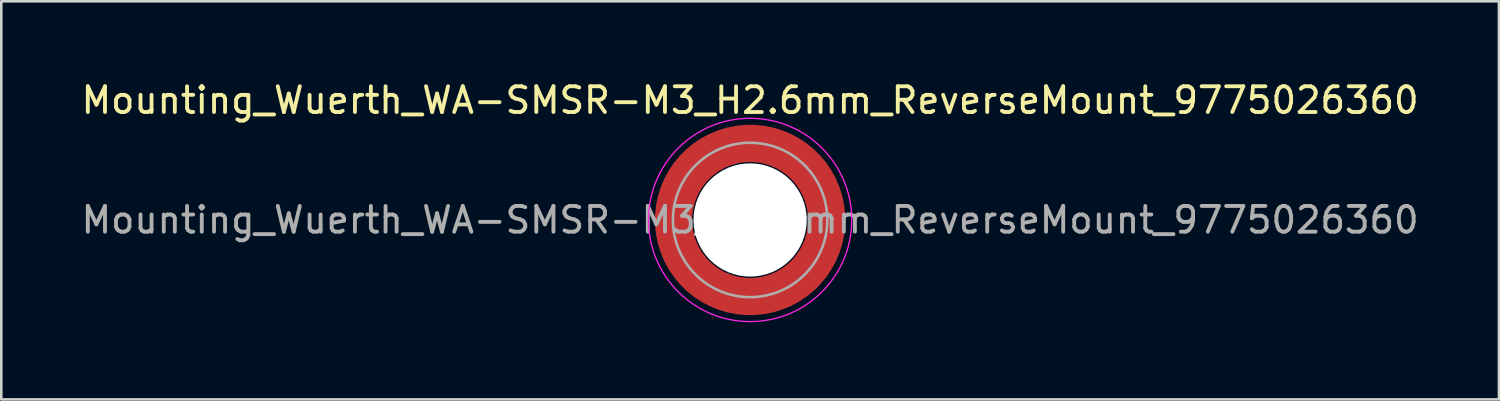
<source format=kicad_pcb>
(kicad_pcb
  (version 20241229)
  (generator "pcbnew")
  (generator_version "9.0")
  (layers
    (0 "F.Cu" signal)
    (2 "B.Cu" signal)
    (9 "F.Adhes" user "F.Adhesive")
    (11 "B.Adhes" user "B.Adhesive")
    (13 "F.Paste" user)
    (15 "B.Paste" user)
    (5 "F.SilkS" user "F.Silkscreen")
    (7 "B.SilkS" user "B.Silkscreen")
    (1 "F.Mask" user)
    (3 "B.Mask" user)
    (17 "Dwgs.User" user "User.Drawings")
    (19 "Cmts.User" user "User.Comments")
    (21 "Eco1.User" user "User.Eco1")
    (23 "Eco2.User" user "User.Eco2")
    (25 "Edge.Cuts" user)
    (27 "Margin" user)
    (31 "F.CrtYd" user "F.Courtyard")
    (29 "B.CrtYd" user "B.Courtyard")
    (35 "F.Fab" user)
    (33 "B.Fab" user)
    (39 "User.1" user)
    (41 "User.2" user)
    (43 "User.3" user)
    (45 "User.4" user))
  (footprint "Mounting_Wuerth_WA-SMSR-M3_H2.6mm_ReverseMount_9775026360"
    (layer "F.Cu")
    (at 26.101 5.498)
    (property "Reference" "Mounting_Wuerth_WA-SMSR-M3_H2.6mm_ReverseMount_9775026360" (at 0 -4.65 0) (layer "F.SilkS") (effects (font (size 1 1) (thickness 0.15))))
    (attr smd allow_soldermask_bridges)
    (fp_circle (center 0 0) (end 3.95 0) (stroke (width 0.05) (type solid)) (fill no) (layer "F.CrtYd"))
    (fp_circle (center 0 0) (end 3 0) (stroke (width 0.1) (type solid)) (fill no) (layer "F.Fab"))
    (fp_text user "${REFERENCE}" (at 0 0 0) (layer "F.Fab") (effects (font (size 1 1) (thickness 0.15))))
    (pad "" smd custom (at -2.095 -2.095) (size 0.672 0.672) (layers "F.Paste") (options (anchor circle)) (primitives (gr_arc (start -0.24231 1.594804) (mid 0.404819 0.404819) (end 1.594804 -0.24231) (width 0.2)) (gr_arc (start -0.3398 1.594804) (mid 0.337349 0.337349) (end 1.594804 -0.3398) (width 0.2)) (gr_arc (start -0.437132 1.594804) (mid 0.269879 0.269879) (end 1.594804 -0.437132) (width 0.2)) (gr_arc (start -0.534324 1.594804) (mid 0.202409 0.202409) (end 1.594804 -0.534324) (width 0.2)) (gr_arc (start -0.631391 1.594804) (mid 0.13494 0.13494) (end 1.594804 -0.631391) (width 0.2)) (gr_arc (start -0.728345 1.594804) (mid 0.06747 0.06747) (end 1.594804 -0.728345) (width 0.2)) (gr_arc (start -0.825197 1.594804) (mid 0 0) (end 1.594804 -0.825197) (width 0.2)) (gr_arc (start -0.921958 1.594804) (mid -0.06747 -0.06747) (end 1.594804 -0.921958) (width 0.2)) (gr_arc (start -1.018637 1.594804) (mid -0.13494 -0.13494) (end 1.594804 -1.018637) (width 0.2)) (gr_arc (start -1.115239 1.594804) (mid -0.202409 -0.202409) (end 1.594804 -1.115239) (width 0.2)) (gr_arc (start -1.211773 1.594804) (mid -0.269879 -0.269879) (end 1.594804 -1.211773) (width 0.2)) (gr_arc (start -1.308244 1.594804) (mid -0.337349 -0.337349) (end 1.594804 -1.308244) (width 0.2)) (gr_arc (start -1.404657 1.594804) (mid -0.404819 -0.404819) (end 1.594804 -1.404657) (width 0.2)) (gr_arc (start -1.404657 1.594804) (mid -0.404819 -0.404819) (end 1.594804 -1.404657) (width 0.2)) (gr_line (start 1.595 -0.242) (end 1.595 -1.405) (width 0.2)) (gr_line (start -0.242 1.595) (end -1.405 1.595) (width 0.2))))
    (pad "" smd custom (at -2.095 2.095) (size 0.672 0.672) (layers "F.Paste") (options (anchor circle)) (primitives (gr_arc (start 1.594804 0.24231) (mid 0.404819 -0.404819) (end -0.24231 -1.594804) (width 0.2)) (gr_arc (start 1.594804 0.3398) (mid 0.337349 -0.337349) (end -0.3398 -1.594804) (width 0.2)) (gr_arc (start 1.594804 0.437132) (mid 0.269879 -0.269879) (end -0.437132 -1.594804) (width 0.2)) (gr_arc (start 1.594804 0.534324) (mid 0.202409 -0.202409) (end -0.534324 -1.594804) (width 0.2)) (gr_arc (start 1.594804 0.631391) (mid 0.13494 -0.13494) (end -0.631391 -1.594804) (width 0.2)) (gr_arc (start 1.594804 0.728345) (mid 0.06747 -0.06747) (end -0.728345 -1.594804) (width 0.2)) (gr_arc (start 1.594804 0.825197) (mid 0 0) (end -0.825197 -1.594804) (width 0.2)) (gr_arc (start 1.594804 0.921958) (mid -0.06747 0.06747) (end -0.921958 -1.594804) (width 0.2)) (gr_arc (start 1.594804 1.018637) (mid -0.13494 0.13494) (end -1.018637 -1.594804) (width 0.2)) (gr_arc (start 1.594804 1.115239) (mid -0.202409 0.202409) (end -1.115239 -1.594804) (width 0.2)) (gr_arc (start 1.594804 1.211773) (mid -0.269879 0.269879) (end -1.211773 -1.594804) (width 0.2)) (gr_arc (start 1.594804 1.308244) (mid -0.337349 0.337349) (end -1.308244 -1.594804) (width 0.2)) (gr_arc (start 1.594804 1.404657) (mid -0.404819 0.404819) (end -1.404657 -1.594804) (width 0.2)) (gr_arc (start 1.594804 1.404657) (mid -0.404819 0.404819) (end -1.404657 -1.594804) (width 0.2)) (gr_line (start -0.242 -1.595) (end -1.405 -1.595) (width 0.2)) (gr_line (start 1.595 0.242) (end 1.595 1.405) (width 0.2))))
    (pad "" np_thru_hole circle (at 0 0) (size 4.4 4.4) (drill 4.4) (layers "*.Cu" "*.Mask"))
    (pad "" smd custom (at 2.095 -2.095) (size 0.672 0.672) (layers "F.Paste") (options (anchor circle)) (primitives (gr_arc (start -1.594804 -0.24231) (mid -0.404819 0.404819) (end 0.24231 1.594804) (width 0.2)) (gr_arc (start -1.594804 -0.3398) (mid -0.337349 0.337349) (end 0.3398 1.594804) (width 0.2)) (gr_arc (start -1.594804 -0.437132) (mid -0.269879 0.269879) (end 0.437132 1.594804) (width 0.2)) (gr_arc (start -1.594804 -0.534324) (mid -0.202409 0.202409) (end 0.534324 1.594804) (width 0.2)) (gr_arc (start -1.594804 -0.631391) (mid -0.13494 0.13494) (end 0.631391 1.594804) (width 0.2)) (gr_arc (start -1.594804 -0.728345) (mid -0.06747 0.06747) (end 0.728345 1.594804) (width 0.2)) (gr_arc (start -1.594804 -0.825197) (mid 0 0) (end 0.825197 1.594804) (width 0.2)) (gr_arc (start -1.594804 -0.921958) (mid 0.06747 -0.06747) (end 0.921958 1.594804) (width 0.2)) (gr_arc (start -1.594804 -1.018637) (mid 0.13494 -0.13494) (end 1.018637 1.594804) (width 0.2)) (gr_arc (start -1.594804 -1.115239) (mid 0.202409 -0.202409) (end 1.115239 1.594804) (width 0.2)) (gr_arc (start -1.594804 -1.211773) (mid 0.269879 -0.269879) (end 1.211773 1.594804) (width 0.2)) (gr_arc (start -1.594804 -1.308244) (mid 0.337349 -0.337349) (end 1.308244 1.594804) (width 0.2)) (gr_arc (start -1.594804 -1.404657) (mid 0.404819 -0.404819) (end 1.404657 1.594804) (width 0.2)) (gr_arc (start -1.594804 -1.404657) (mid 0.404819 -0.404819) (end 1.404657 1.594804) (width 0.2)) (gr_line (start 0.242 1.595) (end 1.405 1.595) (width 0.2)) (gr_line (start -1.595 -0.242) (end -1.595 -1.405) (width 0.2))))
    (pad "" smd custom (at 2.095 2.095) (size 0.672 0.672) (layers "F.Paste") (options (anchor circle)) (primitives (gr_arc (start 0.24231 -1.594804) (mid -0.404819 -0.404819) (end -1.594804 0.24231) (width 0.2)) (gr_arc (start 0.3398 -1.594804) (mid -0.337349 -0.337349) (end -1.594804 0.3398) (width 0.2)) (gr_arc (start 0.437132 -1.594804) (mid -0.269879 -0.269879) (end -1.594804 0.437132) (width 0.2)) (gr_arc (start 0.534324 -1.594804) (mid -0.202409 -0.202409) (end -1.594804 0.534324) (width 0.2)) (gr_arc (start 0.631391 -1.594804) (mid -0.13494 -0.13494) (end -1.594804 0.631391) (width 0.2)) (gr_arc (start 0.728345 -1.594804) (mid -0.06747 -0.06747) (end -1.594804 0.728345) (width 0.2)) (gr_arc (start 0.825197 -1.594804) (mid 0 0) (end -1.594804 0.825197) (width 0.2)) (gr_arc (start 0.921958 -1.594804) (mid 0.06747 0.06747) (end -1.594804 0.921958) (width 0.2)) (gr_arc (start 1.018637 -1.594804) (mid 0.13494 0.13494) (end -1.594804 1.018637) (width 0.2)) (gr_arc (start 1.115239 -1.594804) (mid 0.202409 0.202409) (end -1.594804 1.115239) (width 0.2)) (gr_arc (start 1.211773 -1.594804) (mid 0.269879 0.269879) (end -1.594804 1.211773) (width 0.2)) (gr_arc (start 1.308244 -1.594804) (mid 0.337349 0.337349) (end -1.594804 1.308244) (width 0.2)) (gr_arc (start 1.404657 -1.594804) (mid 0.404819 0.404819) (end -1.594804 1.404657) (width 0.2)) (gr_arc (start 1.404657 -1.594804) (mid 0.404819 0.404819) (end -1.594804 1.404657) (width 0.2)) (gr_line (start -1.595 0.242) (end -1.595 1.405) (width 0.2)) (gr_line (start 0.242 -1.595) (end 1.405 -1.595) (width 0.2))))
    (pad "1" smd circle (at -2.975 0) (size 0.942 0.942) (layers "F.Cu"))
    (pad "1" smd circle (at 0 -2.975) (size 0.942 0.942) (layers "F.Cu"))
    (pad "1" smd circle (at 0 2.975) (size 0.942 0.942) (layers "F.Cu"))
    (pad "1" smd custom (at 2.975 0) (size 1.45 1.45) (layers "F.Cu" "F.Mask") (options (anchor circle)) (primitives (gr_circle (center -2.975 0) (end 0 0) (width 1.45) (fill no)))))
  (gr_rect
    (start -3 -3)
    (end 55.202 12.473)
    (stroke (width 0.1) (type default))
    (fill no)
    (layer "Edge.Cuts")))
</source>
